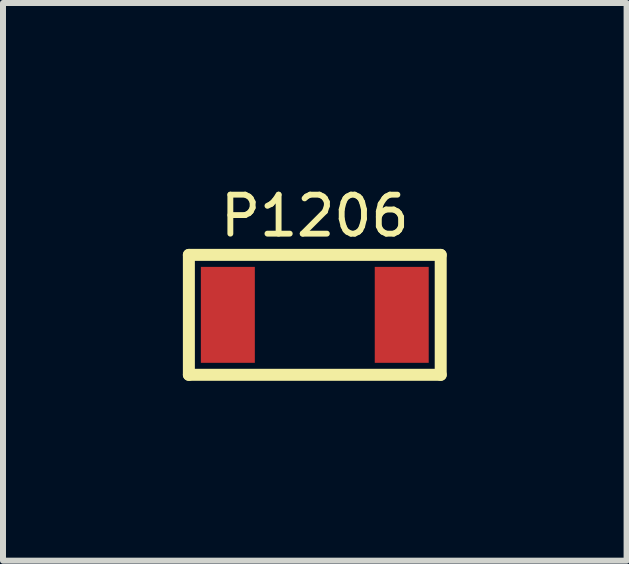
<source format=kicad_pcb>
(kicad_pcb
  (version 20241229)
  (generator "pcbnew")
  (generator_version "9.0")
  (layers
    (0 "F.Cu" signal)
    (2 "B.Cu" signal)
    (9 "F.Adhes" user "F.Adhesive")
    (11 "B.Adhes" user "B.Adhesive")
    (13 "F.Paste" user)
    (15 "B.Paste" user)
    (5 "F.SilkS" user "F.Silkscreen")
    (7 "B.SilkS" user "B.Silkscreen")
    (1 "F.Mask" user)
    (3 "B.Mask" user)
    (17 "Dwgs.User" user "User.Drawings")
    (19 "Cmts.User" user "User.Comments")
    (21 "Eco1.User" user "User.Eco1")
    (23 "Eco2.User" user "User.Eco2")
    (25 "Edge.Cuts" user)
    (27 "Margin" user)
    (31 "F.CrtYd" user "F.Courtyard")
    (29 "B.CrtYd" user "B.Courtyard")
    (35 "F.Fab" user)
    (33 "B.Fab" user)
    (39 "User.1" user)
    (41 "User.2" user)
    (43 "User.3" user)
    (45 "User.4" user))
  (footprint "P1206"
    (layer "F.Cu")
    (at 2.2 2.201)
    (property "Reference" "P1206" (at 0 -1.65 0) (layer "F.SilkS") (effects (font (size 0.65 0.65) (thickness 0.098))))
    (attr smd)
    (fp_line (start -2.1 -1) (end 2.1 -1) (stroke (width 0.2) (type solid)) (layer "F.SilkS"))
    (fp_line (start -2.1 1) (end -2.1 -1) (stroke (width 0.2) (type solid)) (layer "F.SilkS"))
    (fp_line (start 2.1 -1) (end 2.1 1) (stroke (width 0.2) (type solid)) (layer "F.SilkS"))
    (fp_line (start 2.1 1) (end -2.1 1) (stroke (width 0.2) (type solid)) (layer "F.SilkS"))
    (pad "1" smd rect (at -1.45 0) (size 0.9 1.6) (layers "F.Cu" "F.Mask" "F.Paste"))
    (pad "2" smd rect (at 1.45 0) (size 0.9 1.6) (layers "F.Cu" "F.Mask" "F.Paste")))
  (gr_rect
    (start -3 -3)
    (end 7.4 6.301)
    (stroke (width 0.1) (type default))
    (fill no)
    (layer "Edge.Cuts")))
</source>
